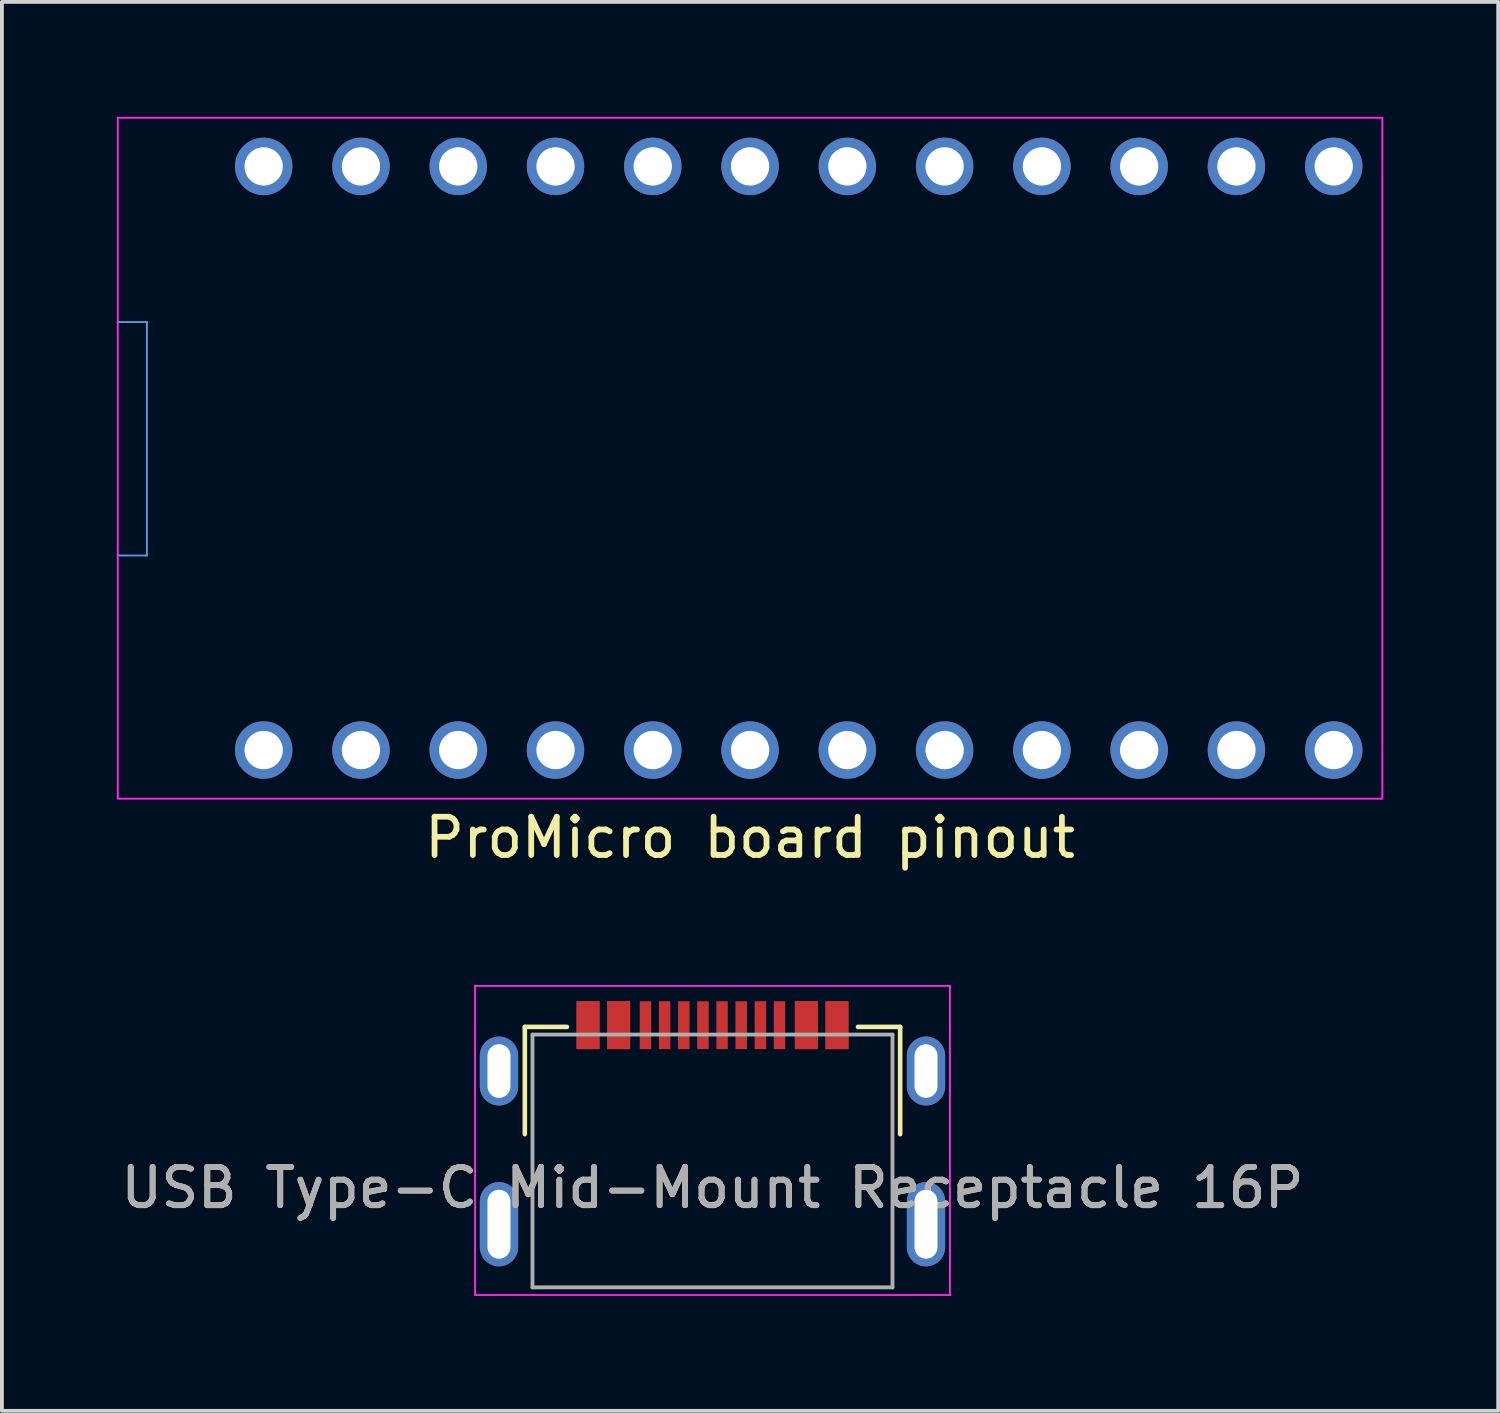
<source format=kicad_pcb>
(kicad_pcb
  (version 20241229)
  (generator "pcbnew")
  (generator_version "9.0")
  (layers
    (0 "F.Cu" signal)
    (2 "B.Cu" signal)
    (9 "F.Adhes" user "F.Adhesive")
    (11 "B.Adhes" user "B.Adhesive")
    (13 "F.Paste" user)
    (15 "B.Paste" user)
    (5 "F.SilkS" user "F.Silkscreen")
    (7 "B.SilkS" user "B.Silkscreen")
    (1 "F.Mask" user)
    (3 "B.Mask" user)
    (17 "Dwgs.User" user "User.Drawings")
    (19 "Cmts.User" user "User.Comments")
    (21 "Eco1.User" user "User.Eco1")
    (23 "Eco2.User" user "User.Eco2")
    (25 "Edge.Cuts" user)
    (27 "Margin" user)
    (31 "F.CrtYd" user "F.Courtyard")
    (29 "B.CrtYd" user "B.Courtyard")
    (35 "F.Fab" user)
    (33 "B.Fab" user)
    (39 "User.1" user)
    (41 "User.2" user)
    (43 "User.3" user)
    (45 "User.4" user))
  (footprint "ProMicro board pinout"
    (layer "F.Cu")
    (at 16.535 8.407)
    (property "Reference" "ProMicro board pinout" (at 0 10.414 180) (layer "F.SilkS") (effects (font (size 1 1) (thickness 0.15))))
    (fp_line (start -16.51 -3.048) (end -15.748 -3.048) (stroke (width 0.05) (type solid)) (layer "Cmts.User"))
    (fp_line (start -15.748 -3.048) (end -15.748 3.048) (stroke (width 0.05) (type solid)) (layer "Cmts.User"))
    (fp_line (start -15.748 3.048) (end -16.51 3.048) (stroke (width 0.05) (type solid)) (layer "Cmts.User"))
    (fp_rect (start -16.51 9.398) (end 16.51 -8.382) (stroke (width 0.05) (type solid)) (fill no) (layer "F.CrtYd"))
    (pad "1" thru_hole circle (at -12.7 8.128) (size 1.5 1.5) (drill 1) (layers "*.Cu" "*.Mask"))
    (pad "2" thru_hole circle (at -10.16 8.128) (size 1.5 1.5) (drill 1) (layers "*.Cu" "*.Mask"))
    (pad "3" thru_hole circle (at -7.62 8.128) (size 1.5 1.5) (drill 1) (layers "*.Cu" "*.Mask"))
    (pad "4" thru_hole circle (at -5.08 8.128) (size 1.5 1.5) (drill 1) (layers "*.Cu" "*.Mask"))
    (pad "5" thru_hole circle (at -2.54 8.128) (size 1.5 1.5) (drill 1) (layers "*.Cu" "*.Mask"))
    (pad "6" thru_hole circle (at 0 8.128) (size 1.5 1.5) (drill 1) (layers "*.Cu" "*.Mask"))
    (pad "7" thru_hole circle (at 2.54 8.128) (size 1.5 1.5) (drill 1) (layers "*.Cu" "*.Mask"))
    (pad "8" thru_hole circle (at 5.08 8.128) (size 1.5 1.5) (drill 1) (layers "*.Cu" "*.Mask"))
    (pad "9" thru_hole circle (at 7.62 8.128) (size 1.5 1.5) (drill 1) (layers "*.Cu" "*.Mask"))
    (pad "10" thru_hole circle (at 10.16 8.128) (size 1.5 1.5) (drill 1) (layers "*.Cu" "*.Mask"))
    (pad "11" thru_hole circle (at 12.7 8.128) (size 1.5 1.5) (drill 1) (layers "*.Cu" "*.Mask"))
    (pad "12" thru_hole circle (at 15.24 8.128) (size 1.5 1.5) (drill 1) (layers "*.Cu" "*.Mask"))
    (pad "13" thru_hole circle (at -12.7 -7.112) (size 1.5 1.5) (drill 1) (layers "*.Cu" "*.Mask"))
    (pad "14" thru_hole circle (at -10.16 -7.112) (size 1.5 1.5) (drill 1) (layers "*.Cu" "*.Mask"))
    (pad "15" thru_hole circle (at -7.62 -7.112) (size 1.5 1.5) (drill 1) (layers "*.Cu" "*.Mask"))
    (pad "16" thru_hole circle (at -5.08 -7.112) (size 1.5 1.5) (drill 1) (layers "*.Cu" "*.Mask"))
    (pad "17" thru_hole circle (at -2.54 -7.112) (size 1.5 1.5) (drill 1) (layers "*.Cu" "*.Mask"))
    (pad "18" thru_hole circle (at 0 -7.112) (size 1.5 1.5) (drill 1) (layers "*.Cu" "*.Mask"))
    (pad "19" thru_hole circle (at 2.54 -7.112) (size 1.5 1.5) (drill 1) (layers "*.Cu" "*.Mask"))
    (pad "20" thru_hole circle (at 5.08 -7.112) (size 1.5 1.5) (drill 1) (layers "*.Cu" "*.Mask"))
    (pad "21" thru_hole circle (at 7.62 -7.112) (size 1.5 1.5) (drill 1) (layers "*.Cu" "*.Mask"))
    (pad "22" thru_hole circle (at 10.16 -7.112) (size 1.5 1.5) (drill 1) (layers "*.Cu" "*.Mask"))
    (pad "23" thru_hole circle (at 12.7 -7.112) (size 1.5 1.5) (drill 1) (layers "*.Cu" "*.Mask"))
    (pad "24" thru_hole circle (at 15.24 -7.112) (size 1.5 1.5) (drill 1) (layers "*.Cu" "*.Mask")))
  (footprint "USB Type-C Mid-Mount Receptacle 16P"
    (layer "F.Cu")
    (at 15.554 27.964)
    (property "Reference" "USB Type-C Mid-Mount Receptacle 16P" (at 0 0 0) (unlocked yes) (layer "F.SilkS") (effects (font (size 1 1) (thickness 0.15))))
    (attr smd)
    (fp_line (start -4.9 -1.4) (end -4.9 -4.2) (stroke (width 0.12) (type solid)) (layer "F.SilkS"))
    (fp_line (start -3.8 -4.2) (end -4.9 -4.2) (stroke (width 0.12) (type solid)) (layer "F.SilkS"))
    (fp_line (start 4.9 -4.2) (end 3.8 -4.2) (stroke (width 0.12) (type solid)) (layer "F.SilkS"))
    (fp_line (start 4.9 -1.4) (end 4.9 -4.2) (stroke (width 0.12) (type solid)) (layer "F.SilkS"))
    (fp_line (start -6.2 -5.27) (end -6.2 2.8) (stroke (width 0.05) (type solid)) (layer "F.CrtYd"))
    (fp_line (start -6.2 -5.27) (end 6.2 -5.27) (stroke (width 0.05) (type solid)) (layer "F.CrtYd"))
    (fp_line (start -6.2 2.8) (end 6.2 2.8) (stroke (width 0.05) (type solid)) (layer "F.CrtYd"))
    (fp_line (start 6.2 -5.27) (end 6.2 2.8) (stroke (width 0.05) (type solid)) (layer "F.CrtYd"))
    (fp_line (start -4.7 -4) (end -4.7 2.6) (stroke (width 0.1) (type solid)) (layer "F.Fab"))
    (fp_line (start -4.7 -4) (end 4.7 -4) (stroke (width 0.1) (type solid)) (layer "F.Fab"))
    (fp_line (start -4.7 2.6) (end 4.7 2.6) (stroke (width 0.1) (type solid)) (layer "F.Fab"))
    (fp_line (start 4.7 -4) (end 4.7 2.6) (stroke (width 0.1) (type solid)) (layer "F.Fab"))
    (fp_text user "${REFERENCE}" (at 0 0 0) (layer "F.Fab") (effects (font (size 1 1) (thickness 0.15))))
    (pad "A1" smd rect (at -3.25 -4.045) (size 0.6 1.25) (drill (offset 0 -0.2)) (layers "F.Cu" "F.Mask" "F.Paste"))
    (pad "A4" smd rect (at -2.45 -4.045) (size 0.6 1.25) (drill (offset 0 -0.2)) (layers "F.Cu" "F.Mask" "F.Paste"))
    (pad "A5" smd rect (at -1.25 -4.045) (size 0.3 1.25) (drill (offset 0 -0.2)) (layers "F.Cu" "F.Mask" "F.Paste"))
    (pad "A6" smd rect (at -0.25 -4.045) (size 0.3 1.25) (drill (offset 0 -0.2)) (layers "F.Cu" "F.Mask" "F.Paste"))
    (pad "A7" smd rect (at 0.25 -4.045) (size 0.3 1.25) (drill (offset 0 -0.2)) (layers "F.Cu" "F.Mask" "F.Paste"))
    (pad "A8" smd rect (at 1.25 -4.045) (size 0.3 1.25) (drill (offset 0 -0.2)) (layers "F.Cu" "F.Mask" "F.Paste"))
    (pad "A9" smd rect (at 2.45 -4.045) (size 0.6 1.25) (drill (offset 0 -0.2)) (layers "F.Cu" "F.Mask" "F.Paste"))
    (pad "A12" smd rect (at 3.25 -4.045) (size 0.6 1.25) (drill (offset 0 -0.2)) (layers "F.Cu" "F.Mask" "F.Paste"))
    (pad "B1" smd rect (at 3.25 -4.045) (size 0.6 1.25) (drill (offset 0 -0.2)) (layers "F.Cu" "F.Mask" "F.Paste"))
    (pad "B4" smd rect (at 2.45 -4.045) (size 0.6 1.25) (drill (offset 0 -0.2)) (layers "F.Cu" "F.Mask" "F.Paste"))
    (pad "B5" smd rect (at 1.75 -4.045) (size 0.3 1.25) (drill (offset 0 -0.2)) (layers "F.Cu" "F.Mask" "F.Paste"))
    (pad "B6" smd rect (at 0.75 -4.045) (size 0.3 1.25) (drill (offset 0 -0.2)) (layers "F.Cu" "F.Mask" "F.Paste"))
    (pad "B7" smd rect (at -0.75 -4.045) (size 0.3 1.25) (drill (offset 0 -0.2)) (layers "F.Cu" "F.Mask" "F.Paste"))
    (pad "B8" smd rect (at -1.75 -4.045) (size 0.3 1.25) (drill (offset 0 -0.2)) (layers "F.Cu" "F.Mask" "F.Paste"))
    (pad "B9" smd rect (at -2.45 -4.045) (size 0.6 1.25) (drill (offset 0 -0.2)) (layers "F.Cu" "F.Mask" "F.Paste"))
    (pad "B12" smd rect (at -3.25 -4.045) (size 0.6 1.25) (drill (offset 0 -0.2)) (layers "F.Cu" "F.Mask" "F.Paste"))
    (pad "S1" thru_hole oval (at -5.575 -3.048) (size 1 1.8) (drill oval 0.6 1.4) (layers "*.Cu" "*.Mask"))
    (pad "S1" thru_hole oval (at -5.575 0.952) (size 1 2.2) (drill oval 0.6 1.8) (layers "*.Cu" "*.Mask"))
    (pad "S1" thru_hole oval (at 5.575 -3.048) (size 1 1.8) (drill oval 0.6 1.4) (layers "*.Cu" "*.Mask"))
    (pad "S1" thru_hole oval (at 5.575 0.952) (size 1 2.2) (drill oval 0.6 1.8) (layers "*.Cu" "*.Mask"))
    (zone (net_name "") (layers "F.Cu" "B.Cu" "F.SilkS" "B.SilkS" "F.Paste" "B.Paste") (hatch edge 0.508) (connect_pads) (min_thickness 0.254) (filled_areas_thickness no) (keepout (tracks not_allowed) (vias not_allowed) (pads not_allowed) (copperpour not_allowed) (footprints not_allowed)) (placement (enabled no)) (fill) (polygon (pts (xy 20.104 30.564) (xy 11.004 30.564) (xy 11.004 24.414) (xy 20.104 24.414)))))
  (gr_rect
    (start -3 -3)
    (end 36.07 33.789)
    (stroke (width 0.1) (type default))
    (fill no)
    (layer "Edge.Cuts")))
</source>
